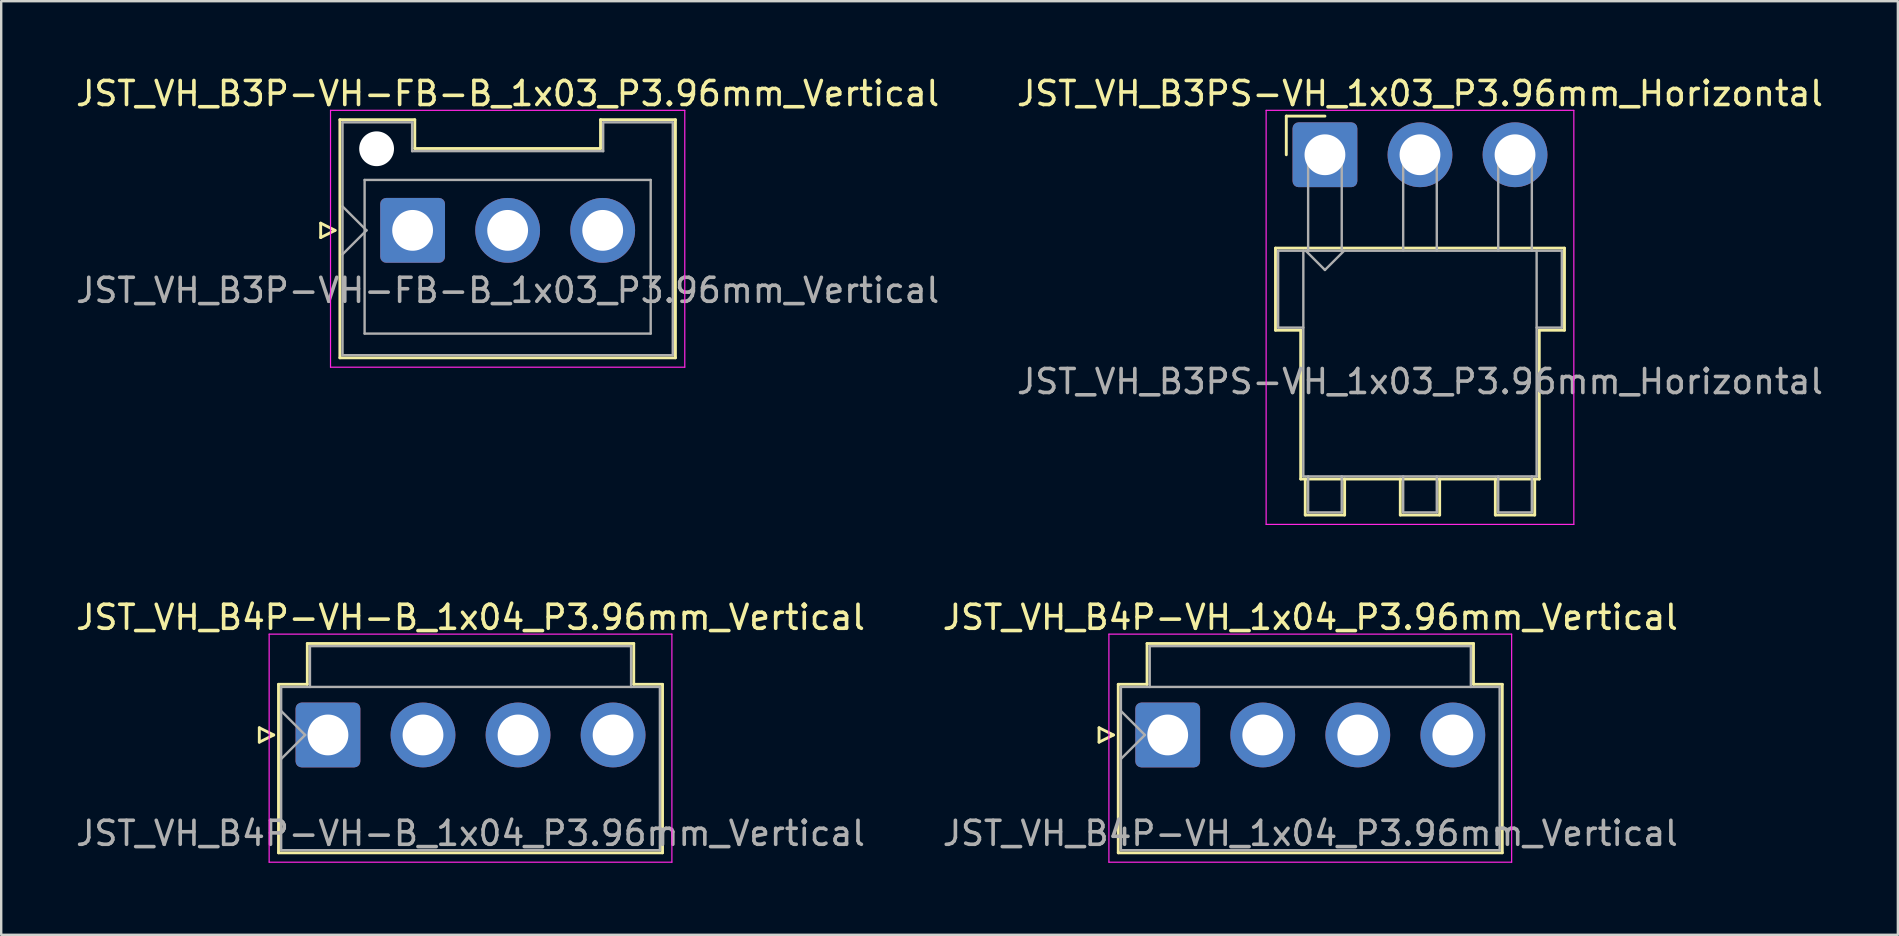
<source format=kicad_pcb>
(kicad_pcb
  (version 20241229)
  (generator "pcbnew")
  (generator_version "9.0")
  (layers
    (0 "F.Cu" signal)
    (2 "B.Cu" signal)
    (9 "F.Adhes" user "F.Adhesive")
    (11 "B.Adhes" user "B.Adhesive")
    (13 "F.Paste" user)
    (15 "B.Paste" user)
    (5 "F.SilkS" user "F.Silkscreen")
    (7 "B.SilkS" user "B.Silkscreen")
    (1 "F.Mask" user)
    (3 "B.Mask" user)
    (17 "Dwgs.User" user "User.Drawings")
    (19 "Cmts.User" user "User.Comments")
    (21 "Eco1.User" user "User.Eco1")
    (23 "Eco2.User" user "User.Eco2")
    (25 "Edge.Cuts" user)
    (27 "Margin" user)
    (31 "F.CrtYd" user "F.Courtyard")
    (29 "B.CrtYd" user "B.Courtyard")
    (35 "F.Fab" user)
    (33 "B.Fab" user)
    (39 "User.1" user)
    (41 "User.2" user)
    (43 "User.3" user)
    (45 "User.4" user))
  (footprint "JST_VH_B4P-VH_1x04_P3.96mm_Vertical"
    (layer "F.Cu")
    (at 45.602 27.572)
    (property "Reference" "JST_VH_B4P-VH_1x04_P3.96mm_Vertical" (at 5.94 -4.9 0) (layer "F.SilkS") (effects (font (size 1 1) (thickness 0.15))))
    (attr through_hole)
    (fp_line (start -2.86 -0.3) (end -2.26 0) (stroke (width 0.12) (type solid)) (layer "F.SilkS"))
    (fp_line (start -2.86 0.3) (end -2.86 -0.3) (stroke (width 0.12) (type solid)) (layer "F.SilkS"))
    (fp_line (start -2.26 0) (end -2.86 0.3) (stroke (width 0.12) (type solid)) (layer "F.SilkS"))
    (fp_line (start -2.06 -2.11) (end -0.86 -2.11) (stroke (width 0.12) (type solid)) (layer "F.SilkS"))
    (fp_line (start -2.06 4.91) (end -2.06 -2.11) (stroke (width 0.12) (type solid)) (layer "F.SilkS"))
    (fp_line (start -0.86 -3.81) (end 12.74 -3.81) (stroke (width 0.12) (type solid)) (layer "F.SilkS"))
    (fp_line (start -0.86 -2.11) (end -0.86 -3.81) (stroke (width 0.12) (type solid)) (layer "F.SilkS"))
    (fp_line (start 12.74 -3.81) (end 12.74 -2.11) (stroke (width 0.12) (type solid)) (layer "F.SilkS"))
    (fp_line (start 12.74 -2.11) (end 13.94 -2.11) (stroke (width 0.12) (type solid)) (layer "F.SilkS"))
    (fp_line (start 13.94 -2.11) (end 13.94 4.91) (stroke (width 0.12) (type solid)) (layer "F.SilkS"))
    (fp_line (start 13.94 4.91) (end -2.06 4.91) (stroke (width 0.12) (type solid)) (layer "F.SilkS"))
    (fp_line (start -2.45 -4.2) (end -2.45 5.3) (stroke (width 0.05) (type solid)) (layer "F.CrtYd"))
    (fp_line (start -2.45 5.3) (end 14.33 5.3) (stroke (width 0.05) (type solid)) (layer "F.CrtYd"))
    (fp_line (start 14.33 -4.2) (end -2.45 -4.2) (stroke (width 0.05) (type solid)) (layer "F.CrtYd"))
    (fp_line (start 14.33 5.3) (end 14.33 -4.2) (stroke (width 0.05) (type solid)) (layer "F.CrtYd"))
    (fp_line (start -1.95 -2) (end -1.95 4.8) (stroke (width 0.1) (type solid)) (layer "F.Fab"))
    (fp_line (start -1.95 -1) (end -0.95 0) (stroke (width 0.1) (type solid)) (layer "F.Fab"))
    (fp_line (start -1.95 1) (end -0.95 0) (stroke (width 0.1) (type solid)) (layer "F.Fab"))
    (fp_line (start -1.95 4.8) (end 13.83 4.8) (stroke (width 0.1) (type solid)) (layer "F.Fab"))
    (fp_line (start -0.75 -3.7) (end 12.63 -3.7) (stroke (width 0.1) (type solid)) (layer "F.Fab"))
    (fp_line (start -0.75 -2) (end -0.75 -3.7) (stroke (width 0.1) (type solid)) (layer "F.Fab"))
    (fp_line (start 12.63 -3.7) (end 12.63 -2) (stroke (width 0.1) (type solid)) (layer "F.Fab"))
    (fp_line (start 13.83 -2) (end -1.95 -2) (stroke (width 0.1) (type solid)) (layer "F.Fab"))
    (fp_line (start 13.83 4.8) (end 13.83 -2) (stroke (width 0.1) (type solid)) (layer "F.Fab"))
    (fp_text user "${REFERENCE}" (at 5.94 4.1 0) (layer "F.Fab") (effects (font (size 1 1) (thickness 0.15))))
    (pad "1" thru_hole roundrect (at 0 0) (size 2.7 2.7) (drill 1.7) (layers "*.Cu" "*.Mask") (roundrect_rratio 0.093))
    (pad "2" thru_hole circle (at 3.96 0) (size 2.7 2.7) (drill 1.7) (layers "*.Cu" "*.Mask"))
    (pad "3" thru_hole circle (at 7.92 0) (size 2.7 2.7) (drill 1.7) (layers "*.Cu" "*.Mask"))
    (pad "4" thru_hole circle (at 11.88 0) (size 2.7 2.7) (drill 1.7) (layers "*.Cu" "*.Mask")))
  (footprint "JST_VH_B4P-VH-B_1x04_P3.96mm_Vertical"
    (layer "F.Cu")
    (at 10.614 27.572)
    (property "Reference" "JST_VH_B4P-VH-B_1x04_P3.96mm_Vertical" (at 5.94 -4.9 0) (layer "F.SilkS") (effects (font (size 1 1) (thickness 0.15))))
    (attr through_hole)
    (fp_line (start -2.86 -0.3) (end -2.26 0) (stroke (width 0.12) (type solid)) (layer "F.SilkS"))
    (fp_line (start -2.86 0.3) (end -2.86 -0.3) (stroke (width 0.12) (type solid)) (layer "F.SilkS"))
    (fp_line (start -2.26 0) (end -2.86 0.3) (stroke (width 0.12) (type solid)) (layer "F.SilkS"))
    (fp_line (start -2.06 -2.11) (end -0.86 -2.11) (stroke (width 0.12) (type solid)) (layer "F.SilkS"))
    (fp_line (start -2.06 4.91) (end -2.06 -2.11) (stroke (width 0.12) (type solid)) (layer "F.SilkS"))
    (fp_line (start -0.86 -3.81) (end 12.74 -3.81) (stroke (width 0.12) (type solid)) (layer "F.SilkS"))
    (fp_line (start -0.86 -2.11) (end -0.86 -3.81) (stroke (width 0.12) (type solid)) (layer "F.SilkS"))
    (fp_line (start 12.74 -3.81) (end 12.74 -2.11) (stroke (width 0.12) (type solid)) (layer "F.SilkS"))
    (fp_line (start 12.74 -2.11) (end 13.94 -2.11) (stroke (width 0.12) (type solid)) (layer "F.SilkS"))
    (fp_line (start 13.94 -2.11) (end 13.94 4.91) (stroke (width 0.12) (type solid)) (layer "F.SilkS"))
    (fp_line (start 13.94 4.91) (end -2.06 4.91) (stroke (width 0.12) (type solid)) (layer "F.SilkS"))
    (fp_line (start -2.45 -4.2) (end -2.45 5.3) (stroke (width 0.05) (type solid)) (layer "F.CrtYd"))
    (fp_line (start -2.45 5.3) (end 14.33 5.3) (stroke (width 0.05) (type solid)) (layer "F.CrtYd"))
    (fp_line (start 14.33 -4.2) (end -2.45 -4.2) (stroke (width 0.05) (type solid)) (layer "F.CrtYd"))
    (fp_line (start 14.33 5.3) (end 14.33 -4.2) (stroke (width 0.05) (type solid)) (layer "F.CrtYd"))
    (fp_line (start -1.95 -2) (end -1.95 4.8) (stroke (width 0.1) (type solid)) (layer "F.Fab"))
    (fp_line (start -1.95 -1) (end -0.95 0) (stroke (width 0.1) (type solid)) (layer "F.Fab"))
    (fp_line (start -1.95 1) (end -0.95 0) (stroke (width 0.1) (type solid)) (layer "F.Fab"))
    (fp_line (start -1.95 4.8) (end 13.83 4.8) (stroke (width 0.1) (type solid)) (layer "F.Fab"))
    (fp_line (start -0.75 -3.7) (end 12.63 -3.7) (stroke (width 0.1) (type solid)) (layer "F.Fab"))
    (fp_line (start -0.75 -2) (end -0.75 -3.7) (stroke (width 0.1) (type solid)) (layer "F.Fab"))
    (fp_line (start 12.63 -3.7) (end 12.63 -2) (stroke (width 0.1) (type solid)) (layer "F.Fab"))
    (fp_line (start 13.83 -2) (end -1.95 -2) (stroke (width 0.1) (type solid)) (layer "F.Fab"))
    (fp_line (start 13.83 4.8) (end 13.83 -2) (stroke (width 0.1) (type solid)) (layer "F.Fab"))
    (fp_text user "${REFERENCE}" (at 5.94 4.1 0) (layer "F.Fab") (effects (font (size 1 1) (thickness 0.15))))
    (pad "1" thru_hole roundrect (at 0 0) (size 2.7 2.7) (drill 1.7) (layers "*.Cu" "*.Mask") (roundrect_rratio 0.093))
    (pad "2" thru_hole circle (at 3.96 0) (size 2.7 2.7) (drill 1.7) (layers "*.Cu" "*.Mask"))
    (pad "3" thru_hole circle (at 7.92 0) (size 2.7 2.7) (drill 1.7) (layers "*.Cu" "*.Mask"))
    (pad "4" thru_hole circle (at 11.88 0) (size 2.7 2.7) (drill 1.7) (layers "*.Cu" "*.Mask")))
  (footprint "JST_VH_B3P-VH-FB-B_1x03_P3.96mm_Vertical"
    (layer "F.Cu")
    (at 14.141 6.548)
    (property "Reference" "JST_VH_B3P-VH-FB-B_1x03_P3.96mm_Vertical" (at 3.96 -5.7 0) (layer "F.SilkS") (effects (font (size 1 1) (thickness 0.15))))
    (attr through_hole)
    (fp_line (start -3.83 -0.3) (end -3.23 0) (stroke (width 0.12) (type solid)) (layer "F.SilkS"))
    (fp_line (start -3.83 0.3) (end -3.83 -0.3) (stroke (width 0.12) (type solid)) (layer "F.SilkS"))
    (fp_line (start -3.23 0) (end -3.83 0.3) (stroke (width 0.12) (type solid)) (layer "F.SilkS"))
    (fp_line (start -3.03 -4.61) (end 0.09 -4.61) (stroke (width 0.12) (type solid)) (layer "F.SilkS"))
    (fp_line (start -3.03 5.31) (end -3.03 -4.61) (stroke (width 0.12) (type solid)) (layer "F.SilkS"))
    (fp_line (start 0.09 -4.61) (end 0.09 -3.41) (stroke (width 0.12) (type solid)) (layer "F.SilkS"))
    (fp_line (start 0.09 -3.41) (end 7.83 -3.41) (stroke (width 0.12) (type solid)) (layer "F.SilkS"))
    (fp_line (start 7.83 -4.61) (end 10.95 -4.61) (stroke (width 0.12) (type solid)) (layer "F.SilkS"))
    (fp_line (start 7.83 -3.41) (end 7.83 -4.61) (stroke (width 0.12) (type solid)) (layer "F.SilkS"))
    (fp_line (start 10.95 -4.61) (end 10.95 5.31) (stroke (width 0.12) (type solid)) (layer "F.SilkS"))
    (fp_line (start 10.95 5.31) (end -3.03 5.31) (stroke (width 0.12) (type solid)) (layer "F.SilkS"))
    (fp_line (start -3.42 -5) (end -3.42 5.7) (stroke (width 0.05) (type solid)) (layer "F.CrtYd"))
    (fp_line (start -3.42 5.7) (end 11.34 5.7) (stroke (width 0.05) (type solid)) (layer "F.CrtYd"))
    (fp_line (start 11.34 -5) (end -3.42 -5) (stroke (width 0.05) (type solid)) (layer "F.CrtYd"))
    (fp_line (start 11.34 5.7) (end 11.34 -5) (stroke (width 0.05) (type solid)) (layer "F.CrtYd"))
    (fp_line (start -2.92 -4.5) (end -0.02 -4.5) (stroke (width 0.1) (type solid)) (layer "F.Fab"))
    (fp_line (start -2.92 -1) (end -1.92 0) (stroke (width 0.1) (type solid)) (layer "F.Fab"))
    (fp_line (start -2.92 1) (end -1.92 0) (stroke (width 0.1) (type solid)) (layer "F.Fab"))
    (fp_line (start -2.92 5.2) (end -2.92 -4.5) (stroke (width 0.1) (type solid)) (layer "F.Fab"))
    (fp_line (start -2 -2.1) (end 9.92 -2.1) (stroke (width 0.1) (type solid)) (layer "F.Fab"))
    (fp_line (start -2 4.3) (end -2 -2.1) (stroke (width 0.1) (type solid)) (layer "F.Fab"))
    (fp_line (start -0.02 -4.5) (end -0.02 -3.3) (stroke (width 0.1) (type solid)) (layer "F.Fab"))
    (fp_line (start -0.02 -3.3) (end 7.94 -3.3) (stroke (width 0.1) (type solid)) (layer "F.Fab"))
    (fp_line (start 7.94 -4.5) (end 10.84 -4.5) (stroke (width 0.1) (type solid)) (layer "F.Fab"))
    (fp_line (start 7.94 -3.3) (end 7.94 -4.5) (stroke (width 0.1) (type solid)) (layer "F.Fab"))
    (fp_line (start 9.92 -2.1) (end 9.92 4.3) (stroke (width 0.1) (type solid)) (layer "F.Fab"))
    (fp_line (start 9.92 4.3) (end -2 4.3) (stroke (width 0.1) (type solid)) (layer "F.Fab"))
    (fp_line (start 10.84 -4.5) (end 10.84 5.2) (stroke (width 0.1) (type solid)) (layer "F.Fab"))
    (fp_line (start 10.84 5.2) (end -2.92 5.2) (stroke (width 0.1) (type solid)) (layer "F.Fab"))
    (fp_text user "${REFERENCE}" (at 3.96 2.5 0) (layer "F.Fab") (effects (font (size 1 1) (thickness 0.15))))
    (pad "" np_thru_hole circle (at -1.5 -3.4) (size 1.45 1.45) (drill 1.45) (layers "*.Cu" "*.Mask"))
    (pad "1" thru_hole roundrect (at 0 0) (size 2.7 2.7) (drill 1.7) (layers "*.Cu" "*.Mask") (roundrect_rratio 0.093))
    (pad "2" thru_hole circle (at 3.96 0) (size 2.7 2.7) (drill 1.7) (layers "*.Cu" "*.Mask"))
    (pad "3" thru_hole circle (at 7.92 0) (size 2.7 2.7) (drill 1.7) (layers "*.Cu" "*.Mask")))
  (footprint "JST_VH_B3PS-VH_1x03_P3.96mm_Horizontal"
    (layer "F.Cu")
    (at 52.153 3.398)
    (property "Reference" "JST_VH_B3PS-VH_1x03_P3.96mm_Horizontal" (at 3.96 -2.55 0) (layer "F.SilkS") (effects (font (size 1 1) (thickness 0.15))))
    (attr through_hole)
    (fp_line (start -2.06 3.89) (end 9.98 3.89) (stroke (width 0.12) (type solid)) (layer "F.SilkS"))
    (fp_line (start -2.06 7.31) (end -2.06 3.89) (stroke (width 0.12) (type solid)) (layer "F.SilkS"))
    (fp_line (start -1.61 -1.61) (end -1.61 0) (stroke (width 0.12) (type solid)) (layer "F.SilkS"))
    (fp_line (start -1.01 7.31) (end -2.06 7.31) (stroke (width 0.12) (type solid)) (layer "F.SilkS"))
    (fp_line (start -1.01 13.51) (end -1.01 7.31) (stroke (width 0.12) (type solid)) (layer "F.SilkS"))
    (fp_line (start -0.82 13.51) (end -0.82 15.01) (stroke (width 0.12) (type solid)) (layer "F.SilkS"))
    (fp_line (start -0.82 15.01) (end 0.82 15.01) (stroke (width 0.12) (type solid)) (layer "F.SilkS"))
    (fp_line (start 0 -1.61) (end -1.61 -1.61) (stroke (width 0.12) (type solid)) (layer "F.SilkS"))
    (fp_line (start 0.82 15.01) (end 0.82 13.51) (stroke (width 0.12) (type solid)) (layer "F.SilkS"))
    (fp_line (start 3.14 13.51) (end 3.14 15.01) (stroke (width 0.12) (type solid)) (layer "F.SilkS"))
    (fp_line (start 3.14 15.01) (end 4.78 15.01) (stroke (width 0.12) (type solid)) (layer "F.SilkS"))
    (fp_line (start 4.78 15.01) (end 4.78 13.51) (stroke (width 0.12) (type solid)) (layer "F.SilkS"))
    (fp_line (start 7.1 13.51) (end 7.1 15.01) (stroke (width 0.12) (type solid)) (layer "F.SilkS"))
    (fp_line (start 7.1 15.01) (end 8.74 15.01) (stroke (width 0.12) (type solid)) (layer "F.SilkS"))
    (fp_line (start 8.74 15.01) (end 8.74 13.51) (stroke (width 0.12) (type solid)) (layer "F.SilkS"))
    (fp_line (start 8.93 7.31) (end 8.93 13.51) (stroke (width 0.12) (type solid)) (layer "F.SilkS"))
    (fp_line (start 8.93 13.51) (end -1.01 13.51) (stroke (width 0.12) (type solid)) (layer "F.SilkS"))
    (fp_line (start 9.98 3.89) (end 9.98 7.31) (stroke (width 0.12) (type solid)) (layer "F.SilkS"))
    (fp_line (start 9.98 7.31) (end 8.93 7.31) (stroke (width 0.12) (type solid)) (layer "F.SilkS"))
    (fp_line (start -2.45 -1.85) (end -2.45 15.4) (stroke (width 0.05) (type solid)) (layer "F.CrtYd"))
    (fp_line (start -2.45 15.4) (end 10.37 15.4) (stroke (width 0.05) (type solid)) (layer "F.CrtYd"))
    (fp_line (start 10.37 -1.85) (end -2.45 -1.85) (stroke (width 0.05) (type solid)) (layer "F.CrtYd"))
    (fp_line (start 10.37 15.4) (end 10.37 -1.85) (stroke (width 0.05) (type solid)) (layer "F.CrtYd"))
    (fp_line (start -1.95 4) (end -0.9 4) (stroke (width 0.1) (type solid)) (layer "F.Fab"))
    (fp_line (start -1.95 7.2) (end -1.95 4) (stroke (width 0.1) (type solid)) (layer "F.Fab"))
    (fp_line (start -0.9 4) (end -0.9 13.4) (stroke (width 0.1) (type solid)) (layer "F.Fab"))
    (fp_line (start -0.9 7.2) (end -1.95 7.2) (stroke (width 0.1) (type solid)) (layer "F.Fab"))
    (fp_line (start -0.9 13.4) (end 8.82 13.4) (stroke (width 0.1) (type solid)) (layer "F.Fab"))
    (fp_line (start -0.8 4) (end 0 4.8) (stroke (width 0.1) (type solid)) (layer "F.Fab"))
    (fp_line (start -0.7 0) (end 0.7 0) (stroke (width 0.1) (type solid)) (layer "F.Fab"))
    (fp_line (start -0.7 4) (end -0.7 0) (stroke (width 0.1) (type solid)) (layer "F.Fab"))
    (fp_line (start -0.7 13.4) (end -0.7 14.9) (stroke (width 0.1) (type solid)) (layer "F.Fab"))
    (fp_line (start -0.7 14.9) (end 0.7 14.9) (stroke (width 0.1) (type solid)) (layer "F.Fab"))
    (fp_line (start 0 4.8) (end 0.8 4) (stroke (width 0.1) (type solid)) (layer "F.Fab"))
    (fp_line (start 0.7 0) (end 0.7 4) (stroke (width 0.1) (type solid)) (layer "F.Fab"))
    (fp_line (start 0.7 14.9) (end 0.7 13.4) (stroke (width 0.1) (type solid)) (layer "F.Fab"))
    (fp_line (start 3.26 0) (end 4.66 0) (stroke (width 0.1) (type solid)) (layer "F.Fab"))
    (fp_line (start 3.26 4) (end 3.26 0) (stroke (width 0.1) (type solid)) (layer "F.Fab"))
    (fp_line (start 3.26 13.4) (end 3.26 14.9) (stroke (width 0.1) (type solid)) (layer "F.Fab"))
    (fp_line (start 3.26 14.9) (end 4.66 14.9) (stroke (width 0.1) (type solid)) (layer "F.Fab"))
    (fp_line (start 4.66 0) (end 4.66 4) (stroke (width 0.1) (type solid)) (layer "F.Fab"))
    (fp_line (start 4.66 14.9) (end 4.66 13.4) (stroke (width 0.1) (type solid)) (layer "F.Fab"))
    (fp_line (start 7.22 0) (end 8.62 0) (stroke (width 0.1) (type solid)) (layer "F.Fab"))
    (fp_line (start 7.22 4) (end 7.22 0) (stroke (width 0.1) (type solid)) (layer "F.Fab"))
    (fp_line (start 7.22 13.4) (end 7.22 14.9) (stroke (width 0.1) (type solid)) (layer "F.Fab"))
    (fp_line (start 7.22 14.9) (end 8.62 14.9) (stroke (width 0.1) (type solid)) (layer "F.Fab"))
    (fp_line (start 8.62 0) (end 8.62 4) (stroke (width 0.1) (type solid)) (layer "F.Fab"))
    (fp_line (start 8.62 14.9) (end 8.62 13.4) (stroke (width 0.1) (type solid)) (layer "F.Fab"))
    (fp_line (start 8.82 4) (end -0.9 4) (stroke (width 0.1) (type solid)) (layer "F.Fab"))
    (fp_line (start 8.82 4) (end 9.87 4) (stroke (width 0.1) (type solid)) (layer "F.Fab"))
    (fp_line (start 8.82 13.4) (end 8.82 4) (stroke (width 0.1) (type solid)) (layer "F.Fab"))
    (fp_line (start 9.87 4) (end 9.87 7.2) (stroke (width 0.1) (type solid)) (layer "F.Fab"))
    (fp_line (start 9.87 7.2) (end 8.82 7.2) (stroke (width 0.1) (type solid)) (layer "F.Fab"))
    (fp_text user "${REFERENCE}" (at 3.96 9.45 0) (layer "F.Fab") (effects (font (size 1 1) (thickness 0.15))))
    (pad "1" thru_hole roundrect (at 0 0) (size 2.7 2.7) (drill 1.7) (layers "*.Cu" "*.Mask") (roundrect_rratio 0.093))
    (pad "2" thru_hole circle (at 3.96 0) (size 2.7 2.7) (drill 1.7) (layers "*.Cu" "*.Mask"))
    (pad "3" thru_hole circle (at 7.92 0) (size 2.7 2.7) (drill 1.7) (layers "*.Cu" "*.Mask")))
  (gr_rect
    (start -3 -3)
    (end 76.024 35.897)
    (stroke (width 0.1) (type default))
    (fill no)
    (layer "Edge.Cuts")))
</source>
